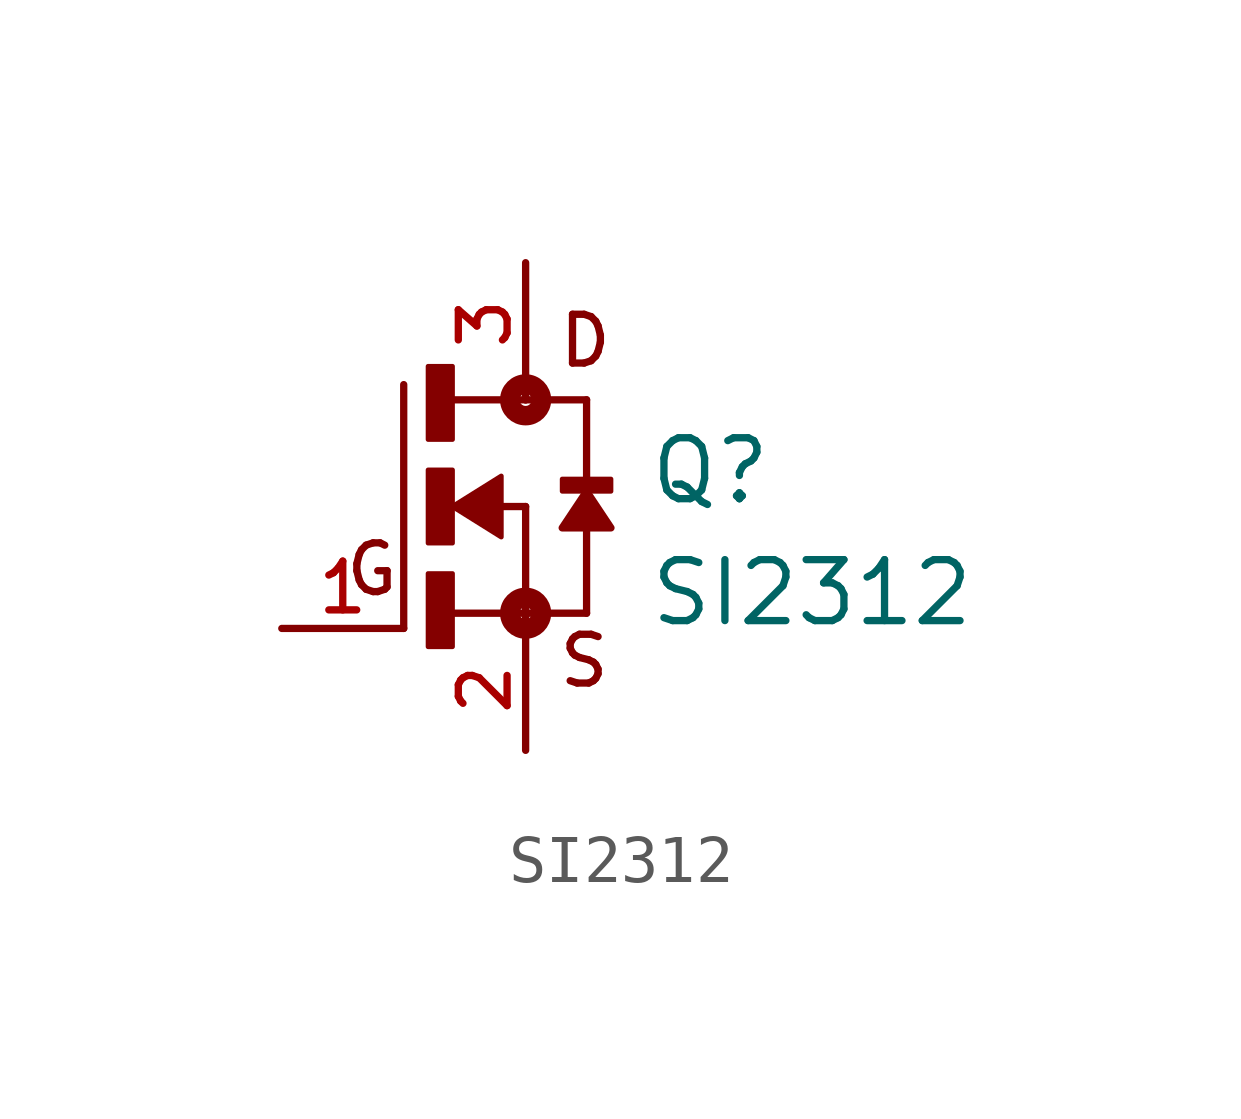
<source format=kicad_sym>
(kicad_symbol_lib
  (version 20241209)
  (generator "kicad_symbol_editor")
  (generator_version "9.0")
  (symbol "SI2312"
    (pin_names
      (offset 1.016))
    (property "Reference" "Q"
      (at 2.54 0 0)
      (effects (font (size 1.27 1.27)) (justify left bottom)))
    (property "Value" "SI2312"
      (at 2.54 -2.54 0)
      (effects (font (size 1.27 1.27)) (justify left bottom)))
    (symbol "SI2312_0_0"
      (polyline (pts (xy -2.54 -2.54) (xy -2.54 2.54)) (stroke (width 0.152) (type default)) (fill (type none)))
      (rectangle (start -2.032 1.397) (end -1.524 2.921) (stroke (width 0.1) (type default)) (fill (type outline)))
      (rectangle (start -2.032 -0.762) (end -1.524 0.762) (stroke (width 0.1) (type default)) (fill (type outline)))
      (rectangle (start -2.032 -2.921) (end -1.524 -1.397) (stroke (width 0.1) (type default)) (fill (type outline)))
      (polyline (pts (xy -1.587 2.223) (xy 0 2.223)) (stroke (width 0.152) (type default)) (fill (type none)))
      (polyline (pts (xy -1.587 -2.223) (xy 0 -2.223)) (stroke (width 0.152) (type default)) (fill (type none)))
      (polyline (pts (xy -1.524 0) (xy -0.508 0.635) (xy -0.508 -0.635) (xy -1.524 0)) (stroke (width 0.102) (type default)) (fill (type outline)))
      (polyline (pts (xy -0.508 0) (xy 0 0)) (stroke (width 0.152) (type default)) (fill (type none)))
      (polyline (pts (xy 0 2.54) (xy 0 2.223)) (stroke (width 0.152) (type default)) (fill (type none)))
      (circle (center 0 2.223) (radius 0.127) (stroke (width 0.406) (type default)) (fill (type none)))
      (polyline (pts (xy 0 2.223) (xy 1.27 2.223)) (stroke (width 0.152) (type default)) (fill (type none)))
      (polyline (pts (xy 0 0) (xy 0 -2.223)) (stroke (width 0.152) (type default)) (fill (type none)))
      (polyline (pts (xy 0 -2.223) (xy 0 -2.54)) (stroke (width 0.152) (type default)) (fill (type none)))
      (circle (center 0 -2.223) (radius 0.127) (stroke (width 0.406) (type default)) (fill (type none)))
      (rectangle (start 0.762 0.318) (end 1.778 0.572) (stroke (width 0.1) (type default)) (fill (type outline)))
      (polyline (pts (xy 1.27 2.223) (xy 1.27 -2.223)) (stroke (width 0.152) (type default)) (fill (type none)))
      (polyline (pts (xy 1.27 0.318) (xy 0.762 -0.445) (xy 1.778 -0.445) (xy 1.27 0.318)) (stroke (width 0.152) (type default)) (fill (type outline)))
      (polyline (pts (xy 1.27 -2.223) (xy 0 -2.223)) (stroke (width 0.152) (type default)) (fill (type none)))
      (text "G" (at -3.81 -1.905 0) (effects (font (size 1.016 1.016)) (justify left bottom)))
      (text "D" (at 0.635 2.857 0) (effects (font (size 1.016 1.016)) (justify left bottom)))
      (text "S" (at 0.635 -3.81 0) (effects (font (size 1.016 1.016)) (justify left bottom)))
      (pin passive line (at -5.08 -2.54 0) (length 2.54) (name "~" (effects (font (size 1.016 1.016)))) (number "1" (effects (font (size 1.016 1.016)))))
      (pin passive line (at 0 5.08 270) (length 2.54) (name "~" (effects (font (size 1.016 1.016)))) (number "3" (effects (font (size 1.016 1.016)))))
      (pin passive line (at 0 -5.08 90) (length 2.54) (name "~" (effects (font (size 1.016 1.016)))) (number "2" (effects (font (size 1.016 1.016))))))))
</source>
